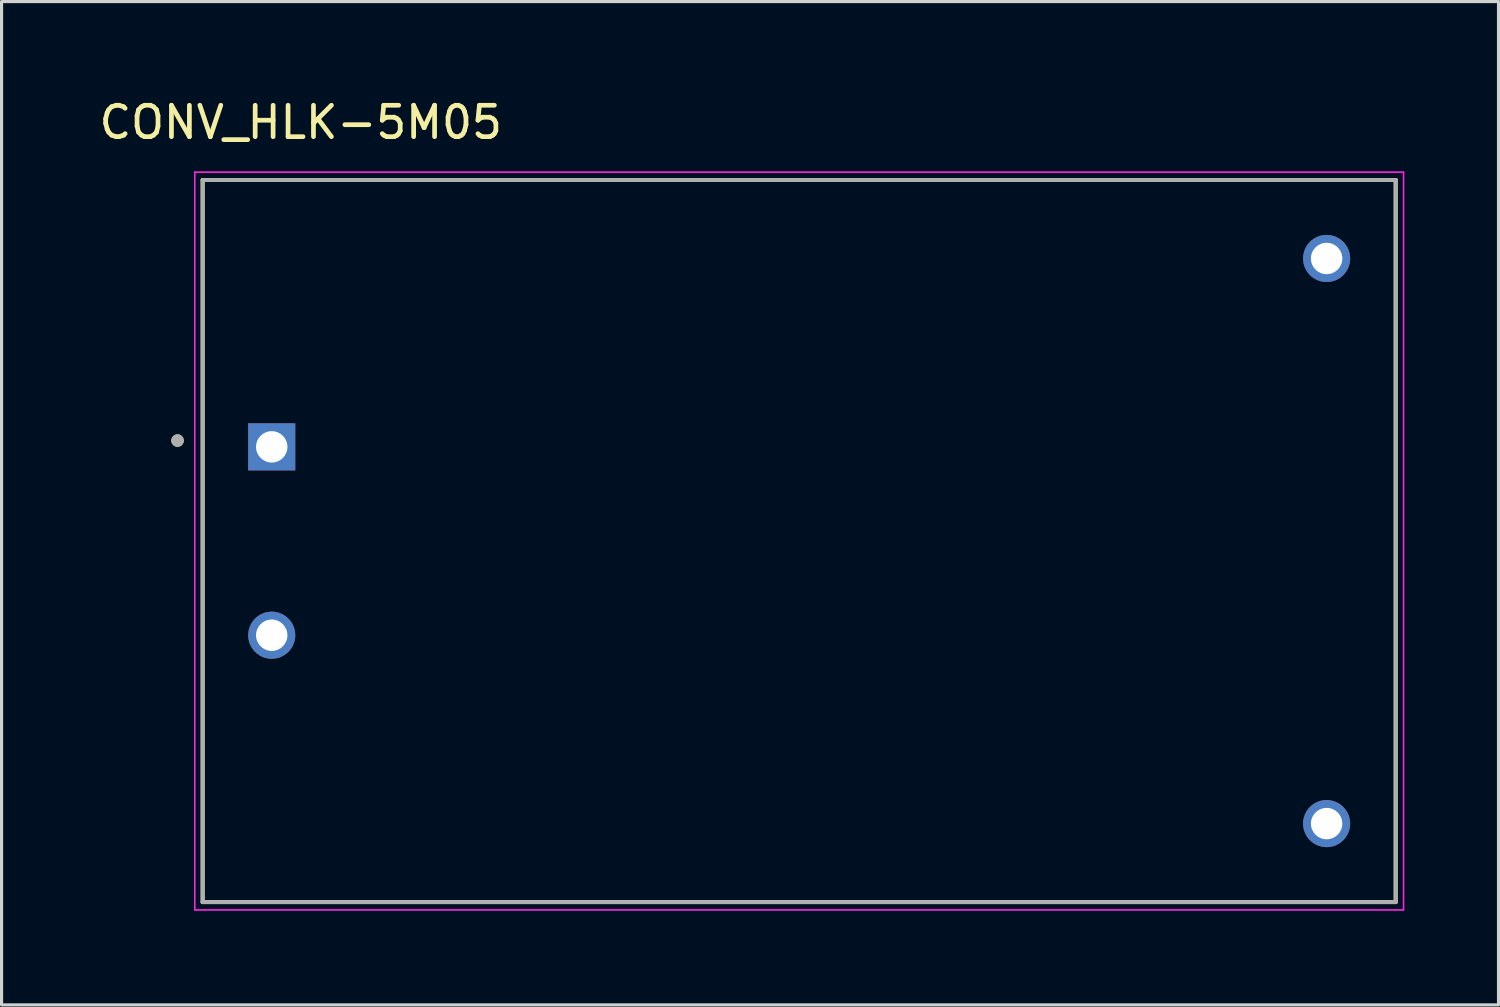
<source format=kicad_pcb>
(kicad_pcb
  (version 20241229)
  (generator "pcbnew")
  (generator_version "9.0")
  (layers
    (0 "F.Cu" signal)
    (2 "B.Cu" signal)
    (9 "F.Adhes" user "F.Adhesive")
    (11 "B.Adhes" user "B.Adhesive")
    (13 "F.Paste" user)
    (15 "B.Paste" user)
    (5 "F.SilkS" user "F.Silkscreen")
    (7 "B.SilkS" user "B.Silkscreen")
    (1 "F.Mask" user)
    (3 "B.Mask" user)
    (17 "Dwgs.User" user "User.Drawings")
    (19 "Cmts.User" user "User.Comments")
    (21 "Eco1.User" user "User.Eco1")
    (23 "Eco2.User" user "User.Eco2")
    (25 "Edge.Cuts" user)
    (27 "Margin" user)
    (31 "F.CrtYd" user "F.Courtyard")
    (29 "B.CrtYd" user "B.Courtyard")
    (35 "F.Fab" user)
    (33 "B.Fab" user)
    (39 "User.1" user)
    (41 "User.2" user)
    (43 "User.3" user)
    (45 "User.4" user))
  (footprint "CONV_HLK-5M05"
    (layer "F.Cu")
    (at 22.405 14.183)
    (property "Reference" "CONV_HLK-5M05" (at -15.875 -13.335 0) (layer "F.SilkS") (effects (font (size 1 1) (thickness 0.15))))
    (attr through_hole)
    (fp_line (start -19 -11.5) (end -19 11.5) (stroke (width 0.127) (type solid)) (layer "F.SilkS"))
    (fp_line (start -19 11.5) (end 19 11.5) (stroke (width 0.127) (type solid)) (layer "F.SilkS"))
    (fp_line (start 19 -11.5) (end -19 -11.5) (stroke (width 0.127) (type solid)) (layer "F.SilkS"))
    (fp_line (start 19 11.5) (end 19 -11.5) (stroke (width 0.127) (type solid)) (layer "F.SilkS"))
    (fp_circle (center -19.8 -3.2) (end -19.7 -3.2) (stroke (width 0.2) (type solid)) (fill no) (layer "F.SilkS"))
    (fp_line (start -19.25 -11.75) (end 19.25 -11.75) (stroke (width 0.05) (type solid)) (layer "F.CrtYd"))
    (fp_line (start -19.25 11.75) (end -19.25 -11.75) (stroke (width 0.05) (type solid)) (layer "F.CrtYd"))
    (fp_line (start 19.25 -11.75) (end 19.25 11.75) (stroke (width 0.05) (type solid)) (layer "F.CrtYd"))
    (fp_line (start 19.25 11.75) (end -19.25 11.75) (stroke (width 0.05) (type solid)) (layer "F.CrtYd"))
    (fp_line (start -19 -11.5) (end -19 11.5) (stroke (width 0.127) (type solid)) (layer "F.Fab"))
    (fp_line (start -19 11.5) (end 19 11.5) (stroke (width 0.127) (type solid)) (layer "F.Fab"))
    (fp_line (start 19 -11.5) (end -19 -11.5) (stroke (width 0.127) (type solid)) (layer "F.Fab"))
    (fp_line (start 19 11.5) (end 19 -11.5) (stroke (width 0.127) (type solid)) (layer "F.Fab"))
    (fp_circle (center -19.8 -3.2) (end -19.7 -3.2) (stroke (width 0.2) (type solid)) (fill no) (layer "F.Fab"))
    (pad "1" thru_hole rect (at -16.8 -3) (size 1.5 1.5) (drill 1) (layers "*.Cu" "*.Mask"))
    (pad "2" thru_hole circle (at -16.8 3) (size 1.5 1.5) (drill 1) (layers "*.Cu" "*.Mask"))
    (pad "3" thru_hole circle (at 16.8 -9) (size 1.5 1.5) (drill 1) (layers "*.Cu" "*.Mask"))
    (pad "4" thru_hole circle (at 16.8 9) (size 1.5 1.5) (drill 1) (layers "*.Cu" "*.Mask")))
  (gr_rect
    (start -3 -3)
    (end 44.68 28.958)
    (stroke (width 0.1) (type default))
    (fill no)
    (layer "Edge.Cuts")))
</source>
